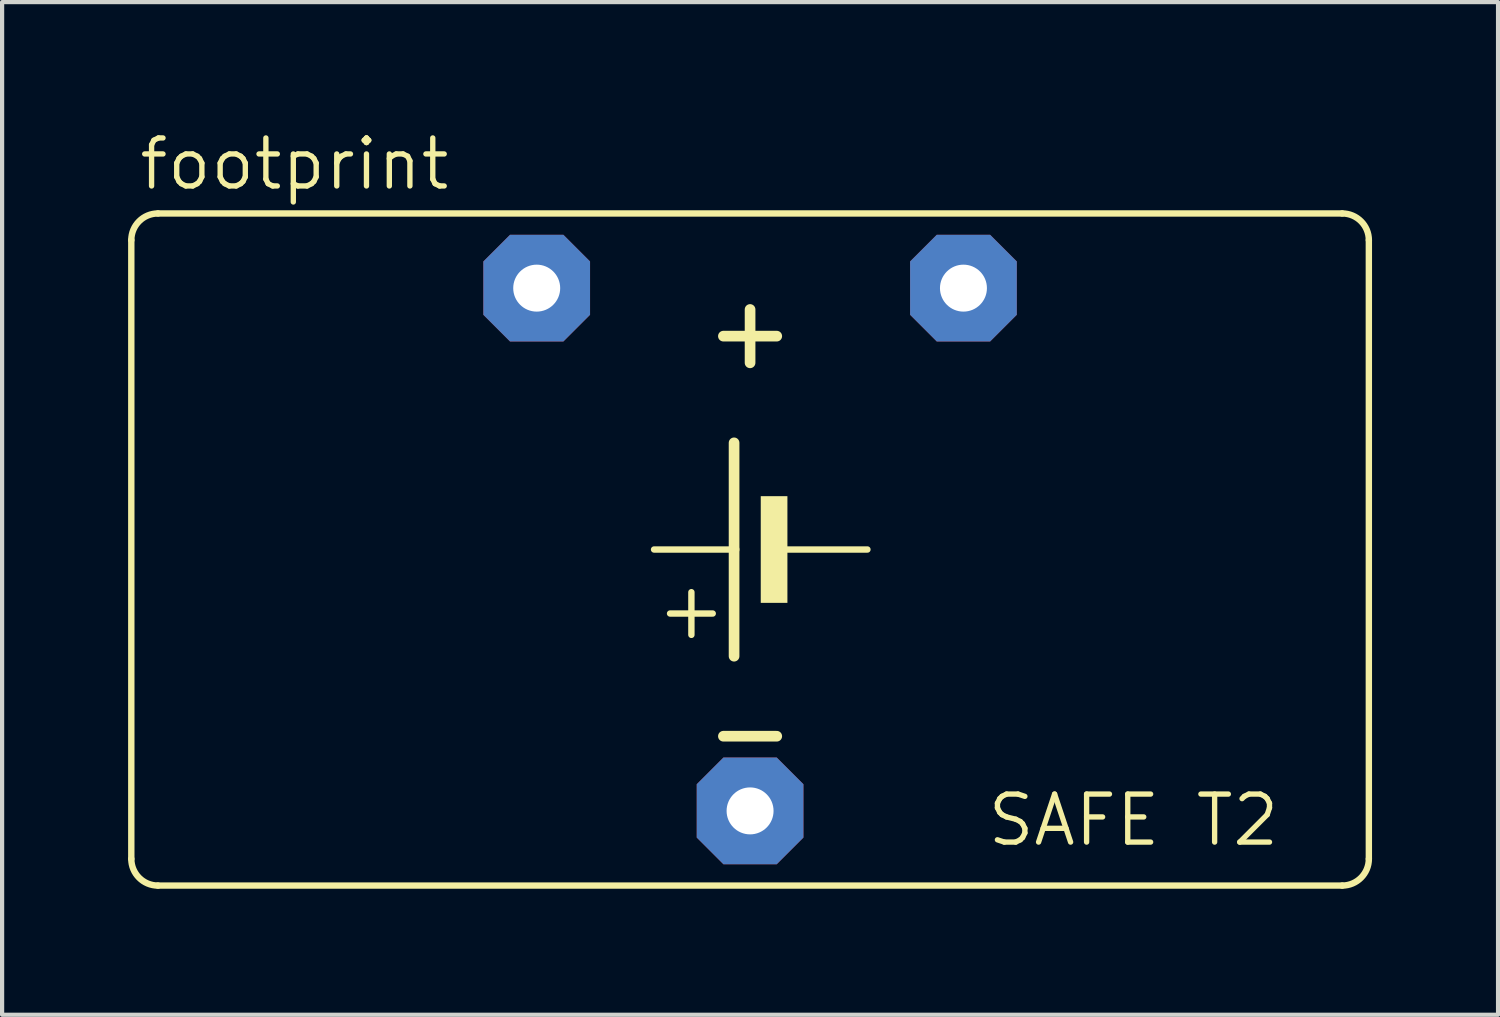
<source format=kicad_pcb>
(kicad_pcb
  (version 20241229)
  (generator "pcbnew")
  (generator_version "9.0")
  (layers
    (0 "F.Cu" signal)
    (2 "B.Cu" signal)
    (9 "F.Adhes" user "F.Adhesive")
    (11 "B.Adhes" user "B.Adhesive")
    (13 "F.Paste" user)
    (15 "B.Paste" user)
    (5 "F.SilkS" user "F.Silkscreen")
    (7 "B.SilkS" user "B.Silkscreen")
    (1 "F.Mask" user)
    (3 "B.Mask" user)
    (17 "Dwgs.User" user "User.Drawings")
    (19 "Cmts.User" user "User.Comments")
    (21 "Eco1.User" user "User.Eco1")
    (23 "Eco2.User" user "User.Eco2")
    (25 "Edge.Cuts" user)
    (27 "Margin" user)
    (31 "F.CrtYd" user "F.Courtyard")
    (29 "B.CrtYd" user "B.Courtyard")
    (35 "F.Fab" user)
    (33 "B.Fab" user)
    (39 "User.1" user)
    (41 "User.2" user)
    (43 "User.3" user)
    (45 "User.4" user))
  (footprint "footprint"
    (layer "F.Cu")
    (at 14.808 10.033)
    (property "Reference" "footprint" (at -14.605 -8.509 0) (layer "F.SilkS") (effects (font (size 1.143 1.143) (thickness 0.127)) (justify left bottom)))
    (fp_line (start -14.732 7.366) (end -14.732 -7.366) (stroke (width 0.152) (type solid)) (layer "F.SilkS"))
    (fp_line (start -14.097 -8.001) (end 14.097 -8.001) (stroke (width 0.152) (type solid)) (layer "F.SilkS"))
    (fp_line (start -14.097 8.001) (end 14.097 8.001) (stroke (width 0.152) (type solid)) (layer "F.SilkS"))
    (fp_line (start -1.397 2.032) (end -1.397 1.016) (stroke (width 0.152) (type solid)) (layer "F.SilkS"))
    (fp_line (start -0.889 1.524) (end -1.905 1.524) (stroke (width 0.152) (type solid)) (layer "F.SilkS"))
    (fp_line (start -0.635 -5.08) (end 0.635 -5.08) (stroke (width 0.254) (type solid)) (layer "F.SilkS"))
    (fp_line (start -0.635 4.445) (end 0.635 4.445) (stroke (width 0.254) (type solid)) (layer "F.SilkS"))
    (fp_line (start -0.381 0) (end -2.286 0) (stroke (width 0.152) (type solid)) (layer "F.SilkS"))
    (fp_line (start -0.381 0) (end -0.381 -2.54) (stroke (width 0.254) (type solid)) (layer "F.SilkS"))
    (fp_line (start -0.381 2.54) (end -0.381 0) (stroke (width 0.254) (type solid)) (layer "F.SilkS"))
    (fp_line (start 0 -5.715) (end 0 -4.445) (stroke (width 0.254) (type solid)) (layer "F.SilkS"))
    (fp_line (start 2.794 0) (end 0.889 0) (stroke (width 0.152) (type solid)) (layer "F.SilkS"))
    (fp_line (start 14.732 -7.366) (end 14.732 7.366) (stroke (width 0.152) (type solid)) (layer "F.SilkS"))
    (fp_arc (start -14.732 -7.366) (mid -14.546013 -7.815013) (end -14.097 -8.001) (stroke (width 0.1524) (type solid)) (layer "F.SilkS"))
    (fp_arc (start -14.097 8.001) (mid -14.546013 7.815013) (end -14.732 7.366) (stroke (width 0.1524) (type solid)) (layer "F.SilkS"))
    (fp_arc (start 14.097 -8.001) (mid 14.546013 -7.815013) (end 14.732 -7.366) (stroke (width 0.1524) (type solid)) (layer "F.SilkS"))
    (fp_arc (start 14.732 7.366) (mid 14.546013 7.815013) (end 14.097 8.001) (stroke (width 0.1524) (type solid)) (layer "F.SilkS"))
    (fp_poly (pts (xy 0.254 1.27) (xy 0.889 1.27) (xy 0.889 -1.27) (xy 0.254 -1.27)) (stroke (width 0) (type solid)) (fill yes) (layer "F.SilkS"))
    (fp_text user "SAFE T2" (at 5.588 7.112 0) (layer "F.SilkS") (effects (font (size 1.143 1.143) (thickness 0.127)) (justify left bottom)))
    (pad "+" thru_hole roundrect (at 5.08 -6.223) (size 2.54 2.54) (drill 1.118) (layers "*.Cu" "*.Mask") (roundrect_rratio 0.25) (chamfer_ratio 0.25) (chamfer top_left top_right bottom_left bottom_right))
    (pad "+@1" thru_hole roundrect (at -5.08 -6.223) (size 2.54 2.54) (drill 1.118) (layers "*.Cu" "*.Mask") (roundrect_rratio 0.25) (chamfer_ratio 0.25) (chamfer top_left top_right bottom_left bottom_right))
    (pad "-" thru_hole roundrect (at 0 6.223) (size 2.54 2.54) (drill 1.118) (layers "*.Cu" "*.Mask") (roundrect_rratio 0.25) (chamfer_ratio 0.25) (chamfer top_left top_right bottom_left bottom_right)))
  (gr_rect
    (start -3 -3)
    (end 32.616 21.11)
    (stroke (width 0.1) (type default))
    (fill no)
    (layer "Edge.Cuts")))
</source>
